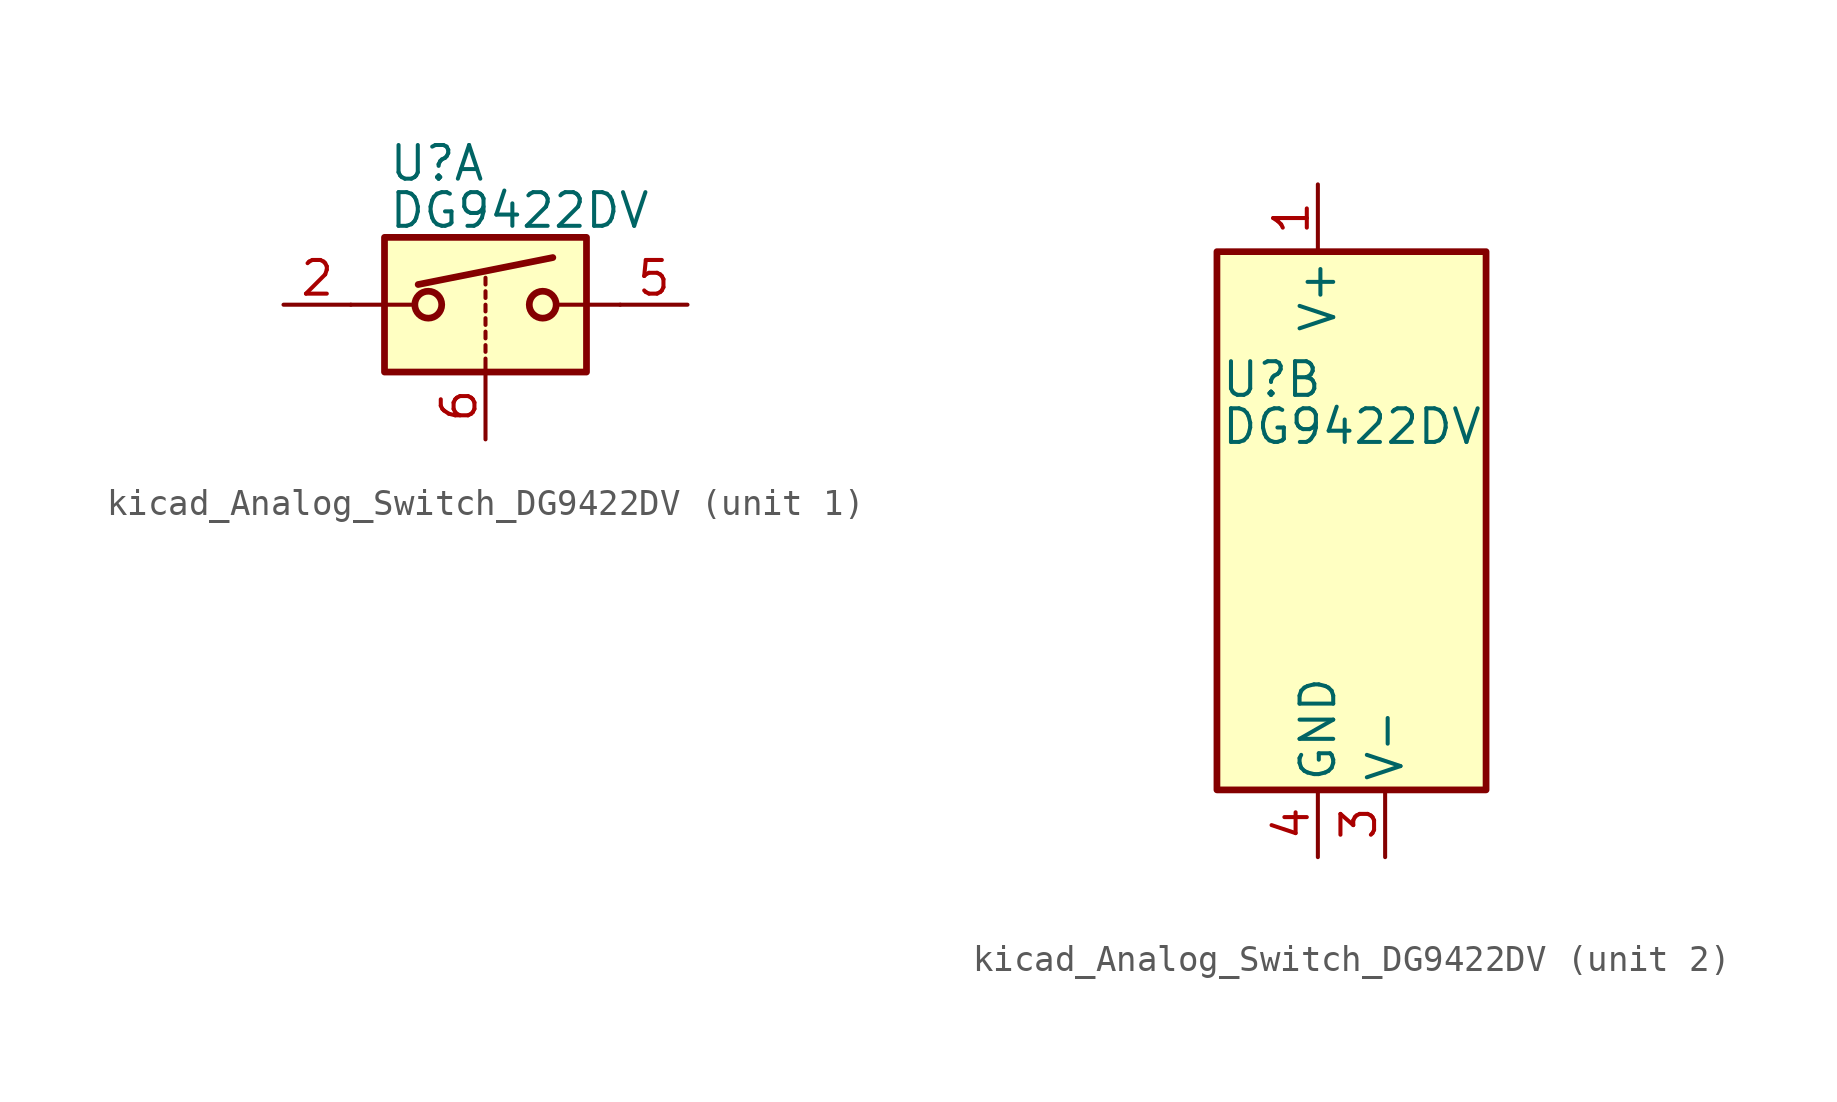
<source format=kicad_sym>
(kicad_symbol_lib
  (version 20220914)
  (generator kicad_symbol_editor)
  (symbol "kicad_Analog_Switch_DG9422DV"
    (pin_names
      (offset 0.254))
    (property "Reference" "U"
      (at -3.683 5.334 0)
      (effects (font (size 1.27 1.27)) (justify left)))
    (property "Value" "DG9422DV"
      (at -3.683 3.556 0)
      (effects (font (size 1.27 1.27)) (justify left)))
    (symbol "kicad_Analog_Switch_DG9422DV_1_1"
      (rectangle (start -3.81 2.54) (end 3.81 -2.54) (stroke (width 0.254) (type default)) (fill (type background)))
      (circle (center -2.159 0) (radius 0.508) (stroke (width 0.254) (type default)) (fill (type none)))
      (polyline (pts (xy -5.08 0) (xy -2.794 0)) (stroke (width 0) (type default)) (fill (type none)))
      (polyline (pts (xy -2.54 0.762) (xy 2.54 1.778)) (stroke (width 0.254) (type default)) (fill (type none)))
      (polyline (pts (xy 0 -2.54) (xy 0 -2.032)) (stroke (width 0) (type default)) (fill (type none)))
      (polyline (pts (xy 0 -1.778) (xy 0 -1.524)) (stroke (width 0) (type default)) (fill (type none)))
      (polyline (pts (xy 0 -1.27) (xy 0 -1.016)) (stroke (width 0) (type default)) (fill (type none)))
      (polyline (pts (xy 0 -0.762) (xy 0 -0.508)) (stroke (width 0) (type default)) (fill (type none)))
      (polyline (pts (xy 0 -0.254) (xy 0 0)) (stroke (width 0) (type default)) (fill (type none)))
      (polyline (pts (xy 0 0.254) (xy 0 0.508)) (stroke (width 0) (type default)) (fill (type none)))
      (polyline (pts (xy 0 0.762) (xy 0 1.016)) (stroke (width 0) (type default)) (fill (type none)))
      (polyline (pts (xy 5.08 0) (xy 2.794 0)) (stroke (width 0) (type default)) (fill (type none)))
      (circle (center 2.159 0) (radius 0.508) (stroke (width 0.254) (type default)) (fill (type none)))
      (pin passive line (at -7.62 0 0) (length 2.54) (name "~" (effects (font (size 1.27 1.27)))) (number "2" (effects (font (size 1.27 1.27)))))
      (pin passive line (at 7.62 0 180) (length 2.54) (name "~" (effects (font (size 1.27 1.27)))) (number "5" (effects (font (size 1.27 1.27)))))
      (pin input line (at 0 -5.08 90) (length 2.54) (name "~" (effects (font (size 1.27 1.27)))) (number "6" (effects (font (size 1.27 1.27))))))
    (symbol "kicad_Analog_Switch_DG9422DV_2_0"
      (pin power_in line (at 0 12.7 270) (length 2.54) (name "V+" (effects (font (size 1.27 1.27)))) (number "1" (effects (font (size 1.27 1.27)))))
      (pin power_in line (at 2.54 -12.7 90) (length 2.54) (name "V-" (effects (font (size 1.27 1.27)))) (number "3" (effects (font (size 1.27 1.27)))))
      (pin power_in line (at 0 -12.7 90) (length 2.54) (name "GND" (effects (font (size 1.27 1.27)))) (number "4" (effects (font (size 1.27 1.27))))))
    (symbol "kicad_Analog_Switch_DG9422DV_2_1"
      (rectangle (start -3.81 10.16) (end 6.35 -10.16) (stroke (width 0.254) (type default)) (fill (type background))))))
</source>
